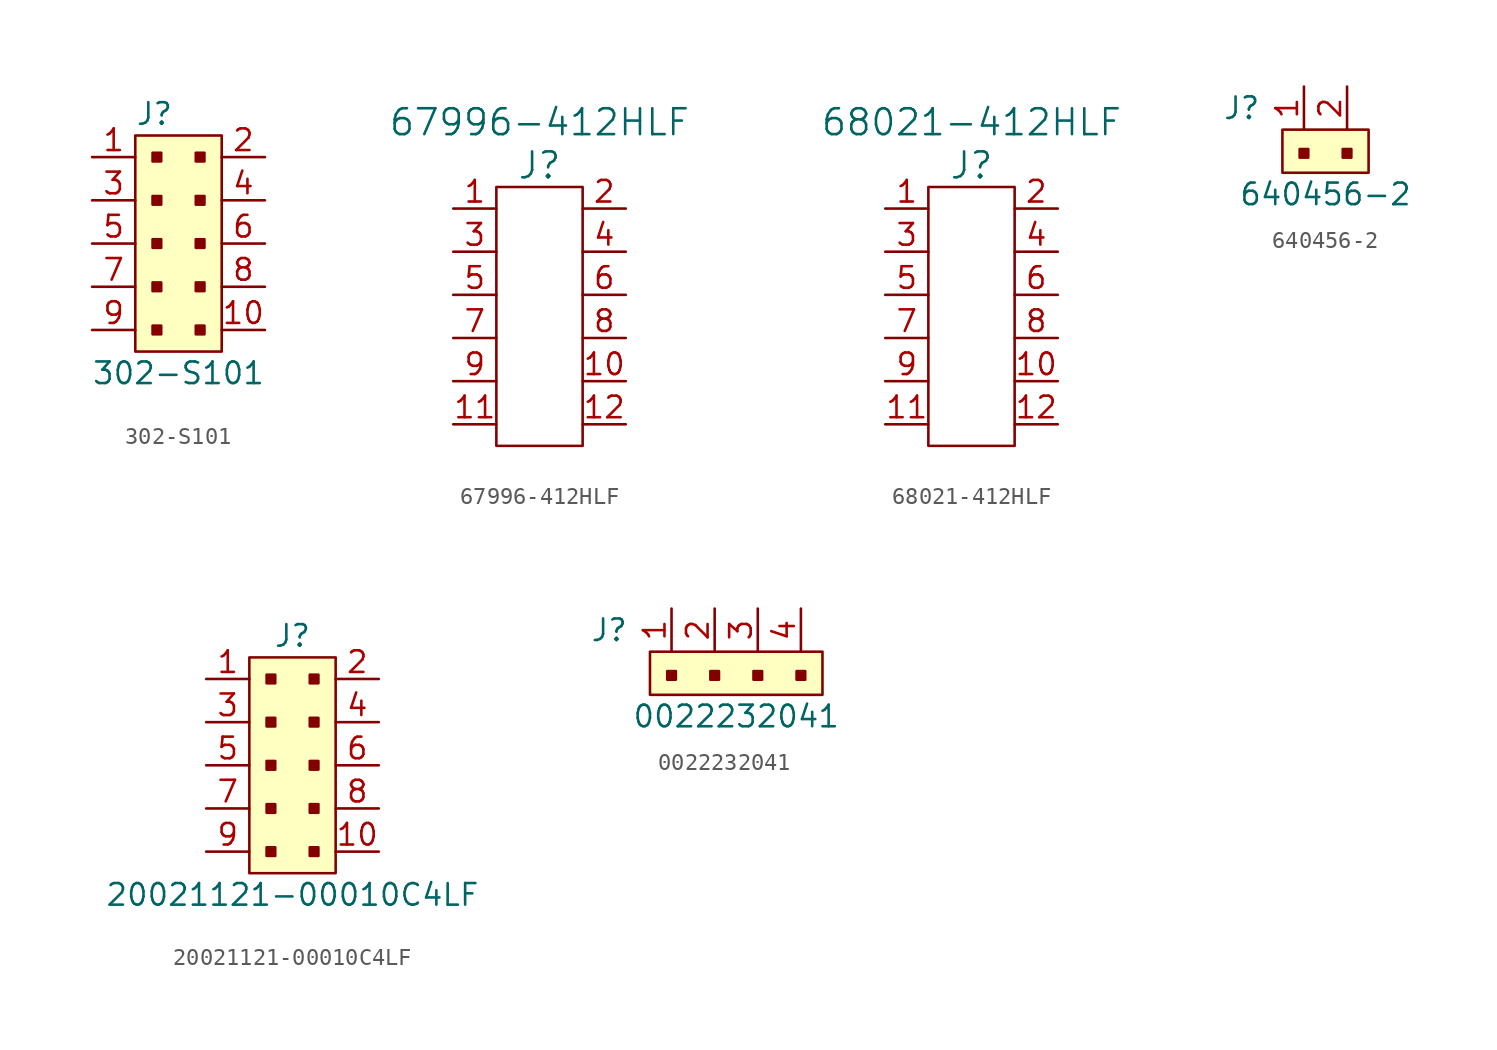
<source format=kicad_sym>
(kicad_symbol_lib
  (version 20240819)
  (generator "kicad_symbol_editor")
  (generator_version "8.99")
  (symbol "302-S101"
    (pin_names
      (offset 1.016))
    (property "Reference" "J"
      (at -2.54 7.62 0)
      (effects (font (size 1.27 1.27)) (justify left)))
    (property "Value" "302-S101"
      (at 0 -7.62 0)
      (effects (font (size 1.27 1.27))))
    (symbol "302-S101_1_1"
      (rectangle (start -2.54 6.35) (end 2.54 -6.35) (stroke (width 0) (type solid)) (fill (type background)))
      (rectangle (start -1.524 5.334) (end -1.016 4.826) (stroke (width 0) (type solid)) (fill (type outline)))
      (rectangle (start -1.524 2.794) (end -1.016 2.286) (stroke (width 0) (type solid)) (fill (type outline)))
      (rectangle (start -1.524 0.254) (end -1.016 -0.254) (stroke (width 0) (type solid)) (fill (type outline)))
      (rectangle (start -1.524 -2.286) (end -1.016 -2.794) (stroke (width 0) (type solid)) (fill (type outline)))
      (rectangle (start -1.524 -4.826) (end -1.016 -5.334) (stroke (width 0) (type solid)) (fill (type outline)))
      (rectangle (start 1.016 5.334) (end 1.524 4.826) (stroke (width 0) (type solid)) (fill (type outline)))
      (rectangle (start 1.016 2.794) (end 1.524 2.286) (stroke (width 0) (type solid)) (fill (type outline)))
      (rectangle (start 1.016 0.254) (end 1.524 -0.254) (stroke (width 0) (type solid)) (fill (type outline)))
      (rectangle (start 1.016 -2.286) (end 1.524 -2.794) (stroke (width 0) (type solid)) (fill (type outline)))
      (rectangle (start 1.016 -4.826) (end 1.524 -5.334) (stroke (width 0) (type solid)) (fill (type outline)))
      (pin passive line (at -5.08 5.08 0) (length 2.54) (name "~" (effects (font (size 1.27 1.27)))) (number "1" (effects (font (size 1.27 1.27)))))
      (pin passive line (at -5.08 2.54 0) (length 2.54) (name "~" (effects (font (size 1.27 1.27)))) (number "3" (effects (font (size 1.27 1.27)))))
      (pin passive line (at -5.08 0 0) (length 2.54) (name "~" (effects (font (size 1.27 1.27)))) (number "5" (effects (font (size 1.27 1.27)))))
      (pin passive line (at -5.08 -2.54 0) (length 2.54) (name "~" (effects (font (size 1.27 1.27)))) (number "7" (effects (font (size 1.27 1.27)))))
      (pin passive line (at -5.08 -5.08 0) (length 2.54) (name "~" (effects (font (size 1.27 1.27)))) (number "9" (effects (font (size 1.27 1.27)))))
      (pin passive line (at 5.08 5.08 180) (length 2.54) (name "~" (effects (font (size 1.27 1.27)))) (number "2" (effects (font (size 1.27 1.27)))))
      (pin passive line (at 5.08 2.54 180) (length 2.54) (name "~" (effects (font (size 1.27 1.27)))) (number "4" (effects (font (size 1.27 1.27)))))
      (pin passive line (at 5.08 0 180) (length 2.54) (name "~" (effects (font (size 1.27 1.27)))) (number "6" (effects (font (size 1.27 1.27)))))
      (pin passive line (at 5.08 -2.54 180) (length 2.54) (name "~" (effects (font (size 1.27 1.27)))) (number "8" (effects (font (size 1.27 1.27)))))
      (pin passive line (at 5.08 -5.08 180) (length 2.54) (name "~" (effects (font (size 1.27 1.27)))) (number "10" (effects (font (size 1.27 1.27)))))))
  (symbol "67996-412HLF"
    (pin_names
      (offset 1.016))
    (property "Reference" "J"
      (at 0 7.62 0)
      (effects (font (size 1.524 1.524))))
    (property "Value" "67996-412HLF"
      (at 0 10.16 0)
      (effects (font (size 1.524 1.524))))
    (symbol "67996-412HLF_0_1"
      (rectangle (start -2.54 6.35) (end 2.54 -8.89) (stroke (width 0) (type solid)) (fill (type none))))
    (symbol "67996-412HLF_1_1"
      (pin passive line (at -5.08 5.08 0) (length 2.54) (name "~" (effects (font (size 1.27 1.27)))) (number "1" (effects (font (size 1.27 1.27)))))
      (pin passive line (at -5.08 2.54 0) (length 2.54) (name "~" (effects (font (size 1.27 1.27)))) (number "3" (effects (font (size 1.27 1.27)))))
      (pin passive line (at -5.08 0 0) (length 2.54) (name "~" (effects (font (size 1.27 1.27)))) (number "5" (effects (font (size 1.27 1.27)))))
      (pin passive line (at -5.08 -2.54 0) (length 2.54) (name "~" (effects (font (size 1.27 1.27)))) (number "7" (effects (font (size 1.27 1.27)))))
      (pin passive line (at -5.08 -5.08 0) (length 2.54) (name "~" (effects (font (size 1.27 1.27)))) (number "9" (effects (font (size 1.27 1.27)))))
      (pin passive line (at -5.08 -7.62 0) (length 2.54) (name "~" (effects (font (size 1.27 1.27)))) (number "11" (effects (font (size 1.27 1.27)))))
      (pin passive line (at 5.08 5.08 180) (length 2.54) (name "~" (effects (font (size 1.27 1.27)))) (number "2" (effects (font (size 1.27 1.27)))))
      (pin passive line (at 5.08 2.54 180) (length 2.54) (name "~" (effects (font (size 1.27 1.27)))) (number "4" (effects (font (size 1.27 1.27)))))
      (pin passive line (at 5.08 0 180) (length 2.54) (name "~" (effects (font (size 1.27 1.27)))) (number "6" (effects (font (size 1.27 1.27)))))
      (pin passive line (at 5.08 -2.54 180) (length 2.54) (name "~" (effects (font (size 1.27 1.27)))) (number "8" (effects (font (size 1.27 1.27)))))
      (pin passive line (at 5.08 -5.08 180) (length 2.54) (name "~" (effects (font (size 1.27 1.27)))) (number "10" (effects (font (size 1.27 1.27)))))
      (pin passive line (at 5.08 -7.62 180) (length 2.54) (name "~" (effects (font (size 1.27 1.27)))) (number "12" (effects (font (size 1.27 1.27)))))))
  (symbol "68021-412HLF"
    (pin_names
      (offset 1.016))
    (property "Reference" "J"
      (at 0 7.62 0)
      (effects (font (size 1.524 1.524))))
    (property "Value" "68021-412HLF"
      (at 0 10.16 0)
      (effects (font (size 1.524 1.524))))
    (symbol "68021-412HLF_0_1"
      (rectangle (start -2.54 6.35) (end 2.54 -8.89) (stroke (width 0) (type solid)) (fill (type none))))
    (symbol "68021-412HLF_1_1"
      (pin passive line (at -5.08 5.08 0) (length 2.54) (name "~" (effects (font (size 1.27 1.27)))) (number "1" (effects (font (size 1.27 1.27)))))
      (pin passive line (at -5.08 2.54 0) (length 2.54) (name "~" (effects (font (size 1.27 1.27)))) (number "3" (effects (font (size 1.27 1.27)))))
      (pin passive line (at -5.08 0 0) (length 2.54) (name "~" (effects (font (size 1.27 1.27)))) (number "5" (effects (font (size 1.27 1.27)))))
      (pin passive line (at -5.08 -2.54 0) (length 2.54) (name "~" (effects (font (size 1.27 1.27)))) (number "7" (effects (font (size 1.27 1.27)))))
      (pin passive line (at -5.08 -5.08 0) (length 2.54) (name "~" (effects (font (size 1.27 1.27)))) (number "9" (effects (font (size 1.27 1.27)))))
      (pin passive line (at -5.08 -7.62 0) (length 2.54) (name "~" (effects (font (size 1.27 1.27)))) (number "11" (effects (font (size 1.27 1.27)))))
      (pin passive line (at 5.08 5.08 180) (length 2.54) (name "~" (effects (font (size 1.27 1.27)))) (number "2" (effects (font (size 1.27 1.27)))))
      (pin passive line (at 5.08 2.54 180) (length 2.54) (name "~" (effects (font (size 1.27 1.27)))) (number "4" (effects (font (size 1.27 1.27)))))
      (pin passive line (at 5.08 0 180) (length 2.54) (name "~" (effects (font (size 1.27 1.27)))) (number "6" (effects (font (size 1.27 1.27)))))
      (pin passive line (at 5.08 -2.54 180) (length 2.54) (name "~" (effects (font (size 1.27 1.27)))) (number "8" (effects (font (size 1.27 1.27)))))
      (pin passive line (at 5.08 -5.08 180) (length 2.54) (name "~" (effects (font (size 1.27 1.27)))) (number "10" (effects (font (size 1.27 1.27)))))
      (pin passive line (at 5.08 -7.62 180) (length 2.54) (name "~" (effects (font (size 1.27 1.27)))) (number "12" (effects (font (size 1.27 1.27)))))))
  (symbol "640456-2"
    (pin_names
      (offset 1.016))
    (property "Reference" "J"
      (at -2.54 1.27 0)
      (effects (font (size 1.27 1.27)) (justify right)))
    (property "Value" "640456-2"
      (at 1.27 -3.81 0)
      (effects (font (size 1.27 1.27))))
    (symbol "640456-2_1_1"
      (rectangle (start -1.27 0) (end 3.81 -2.54) (stroke (width 0) (type solid)) (fill (type background)))
      (rectangle (start -0.254 -1.143) (end 0.254 -1.651) (stroke (width 0) (type solid)) (fill (type outline)))
      (rectangle (start 2.286 -1.143) (end 2.794 -1.651) (stroke (width 0) (type solid)) (fill (type outline)))
      (pin passive line (at 0 2.54 270) (length 2.54) (name "~" (effects (font (size 1.27 1.27)))) (number "1" (effects (font (size 1.27 1.27)))))
      (pin passive line (at 2.54 2.54 270) (length 2.54) (name "~" (effects (font (size 1.27 1.27)))) (number "2" (effects (font (size 1.27 1.27)))))))
  (symbol "20021121-00010C4LF"
    (pin_names
      (offset 1.016))
    (property "Reference" "J"
      (at 0 7.62 0)
      (effects (font (size 1.27 1.27))))
    (property "Value" "20021121-00010C4LF"
      (at 0 -7.62 0)
      (effects (font (size 1.27 1.27))))
    (symbol "20021121-00010C4LF_1_1"
      (rectangle (start -2.54 6.35) (end 2.54 -6.35) (stroke (width 0) (type solid)) (fill (type background)))
      (rectangle (start -1.524 5.334) (end -1.016 4.826) (stroke (width 0) (type solid)) (fill (type outline)))
      (rectangle (start -1.524 2.794) (end -1.016 2.286) (stroke (width 0) (type solid)) (fill (type outline)))
      (rectangle (start -1.524 0.254) (end -1.016 -0.254) (stroke (width 0) (type solid)) (fill (type outline)))
      (rectangle (start -1.524 -2.286) (end -1.016 -2.794) (stroke (width 0) (type solid)) (fill (type outline)))
      (rectangle (start -1.524 -4.826) (end -1.016 -5.334) (stroke (width 0) (type solid)) (fill (type outline)))
      (rectangle (start 1.016 5.334) (end 1.524 4.826) (stroke (width 0) (type solid)) (fill (type outline)))
      (rectangle (start 1.016 2.794) (end 1.524 2.286) (stroke (width 0) (type solid)) (fill (type outline)))
      (rectangle (start 1.016 0.254) (end 1.524 -0.254) (stroke (width 0) (type solid)) (fill (type outline)))
      (rectangle (start 1.016 -2.286) (end 1.524 -2.794) (stroke (width 0) (type solid)) (fill (type outline)))
      (rectangle (start 1.016 -4.826) (end 1.524 -5.334) (stroke (width 0) (type solid)) (fill (type outline)))
      (pin passive line (at -5.08 5.08 0) (length 2.54) (name "~" (effects (font (size 1.27 1.27)))) (number "1" (effects (font (size 1.27 1.27)))))
      (pin passive line (at -5.08 2.54 0) (length 2.54) (name "~" (effects (font (size 1.27 1.27)))) (number "3" (effects (font (size 1.27 1.27)))))
      (pin passive line (at -5.08 0 0) (length 2.54) (name "~" (effects (font (size 1.27 1.27)))) (number "5" (effects (font (size 1.27 1.27)))))
      (pin passive line (at -5.08 -2.54 0) (length 2.54) (name "~" (effects (font (size 1.27 1.27)))) (number "7" (effects (font (size 1.27 1.27)))))
      (pin passive line (at -5.08 -5.08 0) (length 2.54) (name "~" (effects (font (size 1.27 1.27)))) (number "9" (effects (font (size 1.27 1.27)))))
      (pin passive line (at 5.08 5.08 180) (length 2.54) (name "~" (effects (font (size 1.27 1.27)))) (number "2" (effects (font (size 1.27 1.27)))))
      (pin passive line (at 5.08 2.54 180) (length 2.54) (name "~" (effects (font (size 1.27 1.27)))) (number "4" (effects (font (size 1.27 1.27)))))
      (pin passive line (at 5.08 0 180) (length 2.54) (name "~" (effects (font (size 1.27 1.27)))) (number "6" (effects (font (size 1.27 1.27)))))
      (pin passive line (at 5.08 -2.54 180) (length 2.54) (name "~" (effects (font (size 1.27 1.27)))) (number "8" (effects (font (size 1.27 1.27)))))
      (pin passive line (at 5.08 -5.08 180) (length 2.54) (name "~" (effects (font (size 1.27 1.27)))) (number "10" (effects (font (size 1.27 1.27)))))))
  (symbol "0022232041"
    (pin_names
      (offset 1.016))
    (property "Reference" "J"
      (at -2.54 1.27 0)
      (effects (font (size 1.27 1.27)) (justify right)))
    (property "Value" "0022232041"
      (at 3.81 -3.81 0)
      (effects (font (size 1.27 1.27))))
    (symbol "0022232041_1_1"
      (rectangle (start -1.27 0) (end 8.89 -2.54) (stroke (width 0) (type solid)) (fill (type background)))
      (rectangle (start -0.254 -1.143) (end 0.254 -1.651) (stroke (width 0) (type solid)) (fill (type outline)))
      (rectangle (start 2.286 -1.143) (end 2.794 -1.651) (stroke (width 0) (type solid)) (fill (type outline)))
      (rectangle (start 4.826 -1.143) (end 5.334 -1.651) (stroke (width 0) (type solid)) (fill (type outline)))
      (rectangle (start 7.366 -1.143) (end 7.874 -1.651) (stroke (width 0) (type solid)) (fill (type outline)))
      (pin passive line (at 0 2.54 270) (length 2.54) (name "~" (effects (font (size 1.27 1.27)))) (number "1" (effects (font (size 1.27 1.27)))))
      (pin passive line (at 2.54 2.54 270) (length 2.54) (name "~" (effects (font (size 1.27 1.27)))) (number "2" (effects (font (size 1.27 1.27)))))
      (pin passive line (at 5.08 2.54 270) (length 2.54) (name "~" (effects (font (size 1.27 1.27)))) (number "3" (effects (font (size 1.27 1.27)))))
      (pin passive line (at 7.62 2.54 270) (length 2.54) (name "~" (effects (font (size 1.27 1.27)))) (number "4" (effects (font (size 1.27 1.27))))))))
</source>
